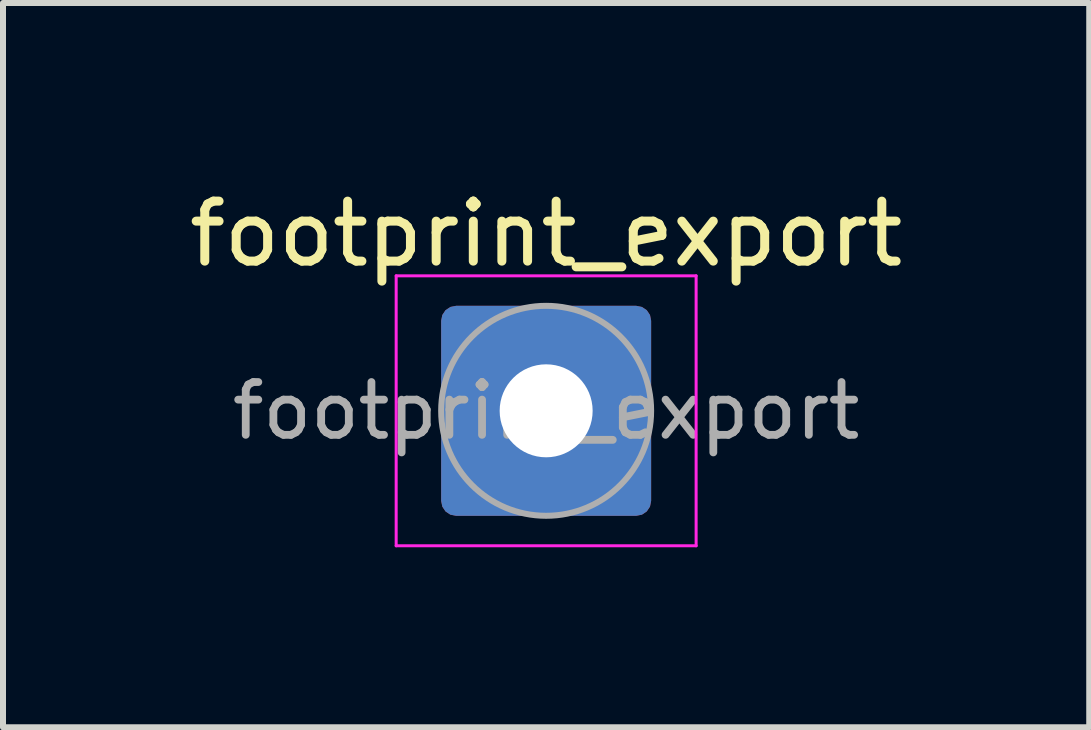
<source format=kicad_pcb>
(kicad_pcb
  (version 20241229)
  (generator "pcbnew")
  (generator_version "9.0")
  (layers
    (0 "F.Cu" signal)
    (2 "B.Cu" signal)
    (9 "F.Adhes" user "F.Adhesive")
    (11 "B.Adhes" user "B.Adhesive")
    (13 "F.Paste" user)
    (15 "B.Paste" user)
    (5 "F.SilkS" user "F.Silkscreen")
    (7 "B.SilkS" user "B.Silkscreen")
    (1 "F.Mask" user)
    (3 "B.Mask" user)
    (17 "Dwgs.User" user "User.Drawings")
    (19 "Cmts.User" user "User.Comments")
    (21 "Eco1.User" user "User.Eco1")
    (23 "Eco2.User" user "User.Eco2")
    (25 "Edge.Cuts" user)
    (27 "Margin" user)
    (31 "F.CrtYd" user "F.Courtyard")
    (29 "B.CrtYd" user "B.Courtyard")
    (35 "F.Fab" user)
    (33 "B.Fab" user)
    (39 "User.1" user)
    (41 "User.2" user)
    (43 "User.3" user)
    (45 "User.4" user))
  (footprint "footprint_export"
    (layer "F.Cu")
    (at 6.054 3.798)
    (property "Reference" "footprint_export" (at 0 -2.95 0) (layer "F.SilkS") (effects (font (size 1 1) (thickness 0.15))))
    (attr exclude_from_pos_files exclude_from_bom)
    (fp_line (start -2.5 -2.25) (end -2.5 2.25) (stroke (width 0.05) (type solid)) (layer "F.CrtYd"))
    (fp_line (start -2.5 2.25) (end 2.5 2.25) (stroke (width 0.05) (type solid)) (layer "F.CrtYd"))
    (fp_line (start 2.5 -2.25) (end -2.5 -2.25) (stroke (width 0.05) (type solid)) (layer "F.CrtYd"))
    (fp_line (start 2.5 2.25) (end 2.5 -2.25) (stroke (width 0.05) (type solid)) (layer "F.CrtYd"))
    (fp_circle (center 0 0) (end 1.75 0) (stroke (width 0.1) (type solid)) (fill no) (layer "F.Fab"))
    (fp_text user "${REFERENCE}" (at 0 0 0) (layer "F.Fab") (effects (font (size 0.88 0.88) (thickness 0.13))))
    (pad "1" thru_hole roundrect (at 0 0) (size 3.5 3.5) (drill 1.55) (layers "*.Cu" "*.Mask") (roundrect_rratio 0.071)))
  (gr_rect
    (start -3 -3)
    (end 15.107 9.073)
    (stroke (width 0.1) (type default))
    (fill no)
    (layer "Edge.Cuts")))
</source>
